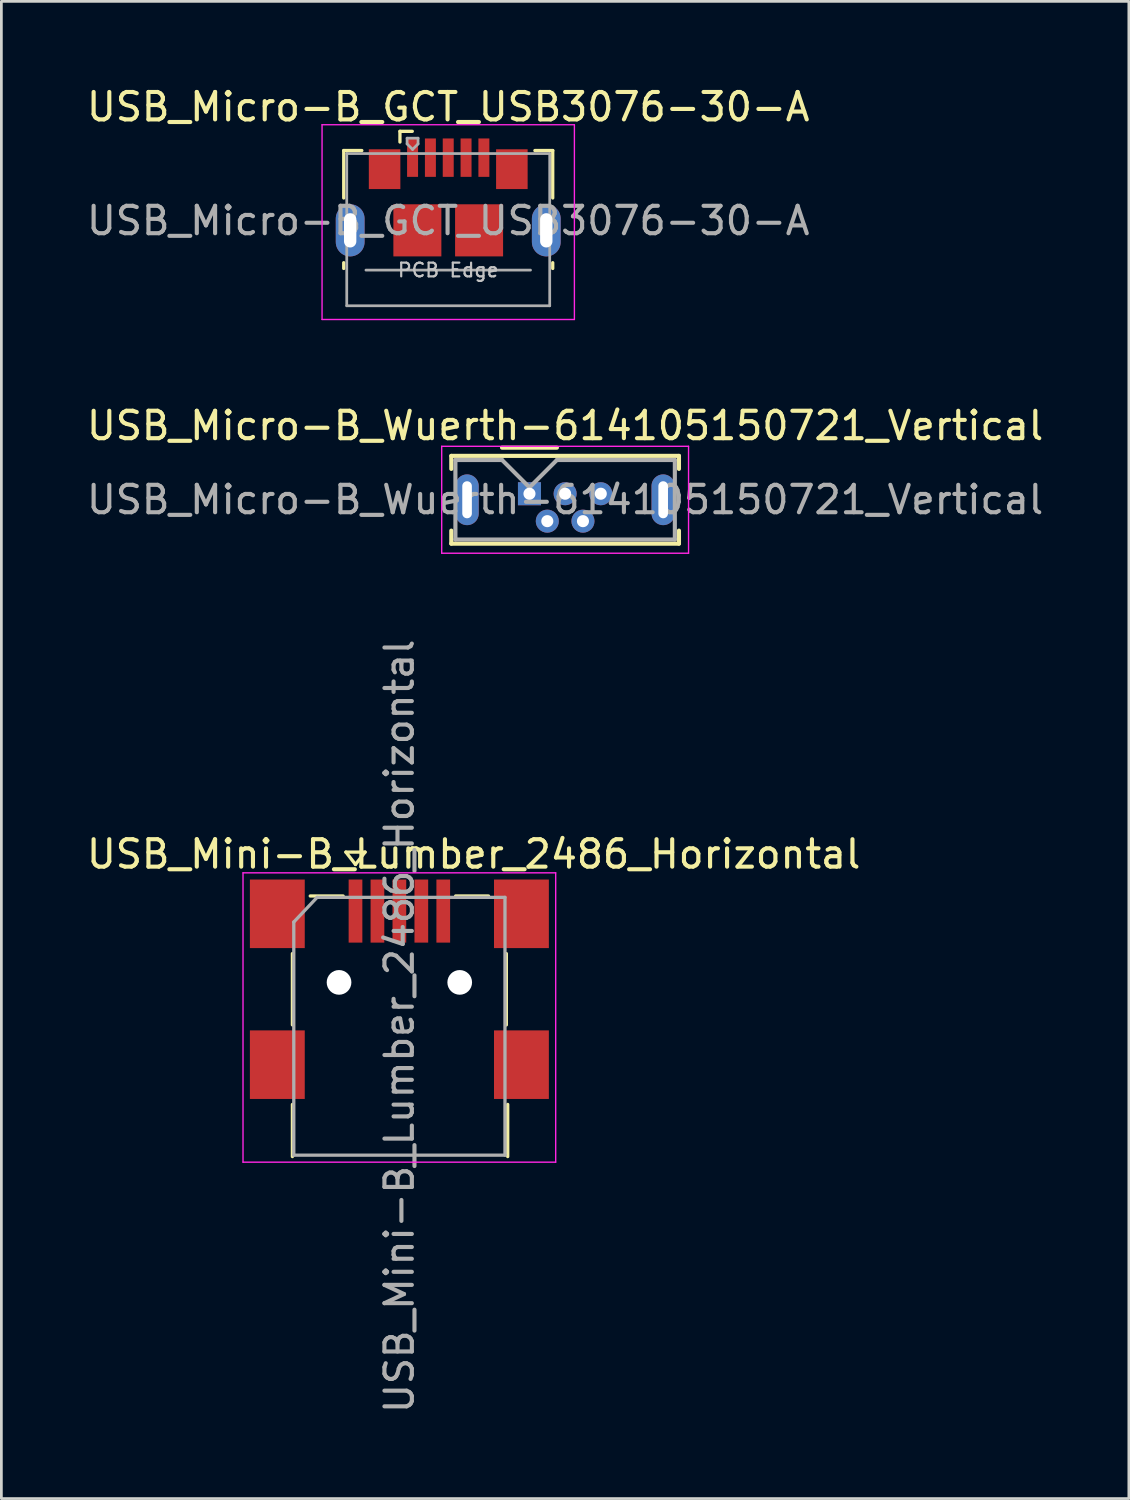
<source format=kicad_pcb>
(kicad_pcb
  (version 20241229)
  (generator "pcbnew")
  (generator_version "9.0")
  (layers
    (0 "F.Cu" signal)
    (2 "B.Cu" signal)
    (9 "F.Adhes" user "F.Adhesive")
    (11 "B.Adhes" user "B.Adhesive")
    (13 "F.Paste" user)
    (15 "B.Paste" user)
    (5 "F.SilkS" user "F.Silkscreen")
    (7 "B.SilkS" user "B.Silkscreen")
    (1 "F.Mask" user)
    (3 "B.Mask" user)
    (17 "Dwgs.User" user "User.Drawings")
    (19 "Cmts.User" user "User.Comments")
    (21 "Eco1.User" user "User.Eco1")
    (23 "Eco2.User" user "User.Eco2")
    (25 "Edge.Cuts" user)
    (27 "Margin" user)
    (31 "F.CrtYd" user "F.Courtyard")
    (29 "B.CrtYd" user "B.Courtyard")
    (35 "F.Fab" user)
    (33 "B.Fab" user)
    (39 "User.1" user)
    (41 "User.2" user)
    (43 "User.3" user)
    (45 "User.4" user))
  (footprint "USB_Micro-B_GCT_USB3076-30-A"
    (layer "F.Cu")
    (at 13.292 5.348)
    (property "Reference" "USB_Micro-B_GCT_USB3076-30-A" (at 0 -4.5 0) (layer "F.SilkS") (effects (font (size 1 1) (thickness 0.15))))
    (attr smd)
    (fp_line (start -3.81 -2.91) (end -3.15 -2.91) (stroke (width 0.12) (type solid)) (layer "F.SilkS"))
    (fp_line (start -3.81 -1.18) (end -3.81 -2.91) (stroke (width 0.12) (type solid)) (layer "F.SilkS"))
    (fp_line (start -3.81 1.39) (end -3.81 1.18) (stroke (width 0.12) (type solid)) (layer "F.SilkS"))
    (fp_line (start -1.76 -3.61) (end -1.76 -3.22) (stroke (width 0.12) (type solid)) (layer "F.SilkS"))
    (fp_line (start -1.76 -3.61) (end -1.31 -3.61) (stroke (width 0.12) (type solid)) (layer "F.SilkS"))
    (fp_line (start 3.81 -2.91) (end 3.16 -2.91) (stroke (width 0.12) (type solid)) (layer "F.SilkS"))
    (fp_line (start 3.81 -1.18) (end 3.81 -2.91) (stroke (width 0.12) (type solid)) (layer "F.SilkS"))
    (fp_line (start 3.81 1.39) (end 3.81 1.18) (stroke (width 0.12) (type solid)) (layer "F.SilkS"))
    (fp_line (start -4.6 -3.85) (end 4.6 -3.85) (stroke (width 0.05) (type solid)) (layer "F.CrtYd"))
    (fp_line (start -4.6 3.25) (end -4.6 -3.85) (stroke (width 0.05) (type solid)) (layer "F.CrtYd"))
    (fp_line (start -4.6 3.25) (end 4.6 3.25) (stroke (width 0.05) (type solid)) (layer "F.CrtYd"))
    (fp_line (start 4.6 -3.85) (end 4.6 3.25) (stroke (width 0.05) (type solid)) (layer "F.CrtYd"))
    (fp_line (start -3.7 -2.8) (end 3.7 -2.8) (stroke (width 0.1) (type solid)) (layer "F.Fab"))
    (fp_line (start -3.7 2.75) (end -3.7 -2.8) (stroke (width 0.1) (type solid)) (layer "F.Fab"))
    (fp_line (start -3.7 2.75) (end 3.7 2.75) (stroke (width 0.1) (type solid)) (layer "F.Fab"))
    (fp_line (start -3 1.45) (end 3 1.45) (stroke (width 0.1) (type solid)) (layer "F.Fab"))
    (fp_line (start -1.5 -3.36) (end -1.5 -3.15) (stroke (width 0.1) (type solid)) (layer "F.Fab"))
    (fp_line (start -1.5 -3.36) (end -1.1 -3.36) (stroke (width 0.1) (type solid)) (layer "F.Fab"))
    (fp_line (start -1.3 -2.95) (end -1.5 -3.15) (stroke (width 0.1) (type solid)) (layer "F.Fab"))
    (fp_line (start -1.1 -3.36) (end -1.1 -3.15) (stroke (width 0.1) (type solid)) (layer "F.Fab"))
    (fp_line (start -1.1 -3.15) (end -1.3 -2.95) (stroke (width 0.1) (type solid)) (layer "F.Fab"))
    (fp_line (start 3.7 2.75) (end 3.7 -2.8) (stroke (width 0.1) (type solid)) (layer "F.Fab"))
    (fp_text user "PCB Edge" (at 0 1.45 0) (layer "Dwgs.User") (effects (font (size 0.5 0.5) (thickness 0.08))))
    (fp_text user "${REFERENCE}" (at 0 -0.35 0) (layer "F.Fab") (effects (font (size 1 1) (thickness 0.15))))
    (pad "1" smd rect (at -1.3 -2.65) (size 0.4 1.4) (layers "F.Cu" "F.Mask" "F.Paste"))
    (pad "2" smd rect (at -0.65 -2.65) (size 0.4 1.4) (layers "F.Cu" "F.Mask" "F.Paste"))
    (pad "3" smd rect (at 0 -2.65) (size 0.4 1.4) (layers "F.Cu" "F.Mask" "F.Paste"))
    (pad "4" smd rect (at 0.65 -2.65) (size 0.4 1.4) (layers "F.Cu" "F.Mask" "F.Paste"))
    (pad "5" smd rect (at 1.3 -2.65) (size 0.4 1.4) (layers "F.Cu" "F.Mask" "F.Paste"))
    (pad "6" thru_hole oval (at -3.575 0 180) (size 1.05 1.9) (drill oval 0.45 1.25) (layers "*.Cu" "*.Mask"))
    (pad "6" smd rect (at -2.32 -2.23) (size 1.15 1.45) (layers "F.Cu" "F.Mask" "F.Paste"))
    (pad "6" smd rect (at -1.125 0) (size 1.75 1.9) (layers "F.Cu" "F.Mask" "F.Paste"))
    (pad "6" smd rect (at 1.125 0) (size 1.75 1.9) (layers "F.Cu" "F.Mask" "F.Paste"))
    (pad "6" smd rect (at 2.32 -2.23) (size 1.15 1.45) (layers "F.Cu" "F.Mask" "F.Paste"))
    (pad "6" thru_hole oval (at 3.575 0) (size 1.05 1.9) (drill oval 0.45 1.25) (layers "*.Cu" "*.Mask")))
  (footprint "USB_Micro-B_Wuerth-614105150721_Vertical"
    (layer "F.Cu")
    (at 16.254 14.951)
    (property "Reference" "USB_Micro-B_Wuerth-614105150721_Vertical" (at 1.3 -2.48 0) (layer "F.SilkS") (effects (font (size 1 1) (thickness 0.15))))
    (attr through_hole)
    (fp_line (start -2.85 -1.38) (end 5.45 -1.38) (stroke (width 0.15) (type solid)) (layer "F.SilkS"))
    (fp_line (start -2.85 -0.905) (end -2.85 -1.38) (stroke (width 0.15) (type solid)) (layer "F.SilkS"))
    (fp_line (start -2.85 1.345) (end -2.85 1.82) (stroke (width 0.15) (type solid)) (layer "F.SilkS"))
    (fp_line (start -2.85 1.82) (end 5.45 1.82) (stroke (width 0.15) (type solid)) (layer "F.SilkS"))
    (fp_line (start -1 -1.68) (end 1 -1.68) (stroke (width 0.15) (type solid)) (layer "F.SilkS"))
    (fp_line (start 5.45 -1.38) (end 5.45 -0.905) (stroke (width 0.15) (type solid)) (layer "F.SilkS"))
    (fp_line (start 5.45 1.82) (end 5.45 1.345) (stroke (width 0.15) (type solid)) (layer "F.SilkS"))
    (fp_line (start -3.2 -1.73) (end -3.2 2.17) (stroke (width 0.05) (type solid)) (layer "F.CrtYd"))
    (fp_line (start -3.2 2.17) (end 5.8 2.17) (stroke (width 0.05) (type solid)) (layer "F.CrtYd"))
    (fp_line (start 5.8 -1.73) (end -3.2 -1.73) (stroke (width 0.05) (type solid)) (layer "F.CrtYd"))
    (fp_line (start 5.8 2.17) (end 5.8 -1.73) (stroke (width 0.05) (type solid)) (layer "F.CrtYd"))
    (fp_line (start -2.7 -1.23) (end -1 -1.23) (stroke (width 0.15) (type solid)) (layer "F.Fab"))
    (fp_line (start -2.7 1.67) (end -2.7 -1.23) (stroke (width 0.15) (type solid)) (layer "F.Fab"))
    (fp_line (start -1 -1.23) (end 0 -0.23) (stroke (width 0.15) (type solid)) (layer "F.Fab"))
    (fp_line (start 0 -0.23) (end 1 -1.23) (stroke (width 0.15) (type solid)) (layer "F.Fab"))
    (fp_line (start 1 -1.23) (end 5.3 -1.23) (stroke (width 0.15) (type solid)) (layer "F.Fab"))
    (fp_line (start 5.3 -1.23) (end 5.3 1.67) (stroke (width 0.15) (type solid)) (layer "F.Fab"))
    (fp_line (start 5.3 1.67) (end -2.7 1.67) (stroke (width 0.15) (type solid)) (layer "F.Fab"))
    (fp_text user "${REFERENCE}" (at 1.3 0.22 0) (layer "F.Fab") (effects (font (size 1 1) (thickness 0.15))))
    (pad "1" thru_hole rect (at 0 0) (size 0.84 0.84) (drill 0.44) (layers "*.Cu" "*.Mask"))
    (pad "2" thru_hole circle (at 0.65 1) (size 0.84 0.84) (drill 0.44) (layers "*.Cu" "*.Mask"))
    (pad "3" thru_hole circle (at 1.3 0) (size 0.84 0.84) (drill 0.44) (layers "*.Cu" "*.Mask"))
    (pad "4" thru_hole circle (at 1.95 1) (size 0.84 0.84) (drill 0.44) (layers "*.Cu" "*.Mask"))
    (pad "5" thru_hole circle (at 2.6 0) (size 0.84 0.84) (drill 0.44) (layers "*.Cu" "*.Mask"))
    (pad "6" thru_hole oval (at -2.275 0.22) (size 0.85 1.85) (drill oval 0.35 1.35) (layers "*.Cu" "*.Mask"))
    (pad "6" thru_hole oval (at 4.875 0.22) (size 0.85 1.85) (drill oval 0.35 1.35) (layers "*.Cu" "*.Mask")))
  (footprint "USB_Mini-B_Lumber_2486_Horizontal"
    (layer "F.Cu")
    (at 11.511 33.017)
    (property "Reference" "USB_Mini-B_Lumber_2486_Horizontal" (at 2.709 -4.925 0) (layer "F.SilkS") (effects (font (size 1 1) (thickness 0.15))))
    (attr smd)
    (fp_line (start -3.9 1.3) (end -3.9 -1.3) (stroke (width 0.12) (type solid)) (layer "F.SilkS"))
    (fp_line (start -3.9 6.1) (end -3.9 4.2) (stroke (width 0.12) (type solid)) (layer "F.SilkS"))
    (fp_line (start -3.25 -3.4) (end -2.05 -3.4) (stroke (width 0.12) (type solid)) (layer "F.SilkS"))
    (fp_line (start -1.95 -5) (end -1.25 -5) (stroke (width 0.12) (type solid)) (layer "F.SilkS"))
    (fp_line (start -1.6 -4.55) (end -1.95 -5) (stroke (width 0.12) (type solid)) (layer "F.SilkS"))
    (fp_line (start -1.25 -5) (end -1.6 -4.55) (stroke (width 0.12) (type solid)) (layer "F.SilkS"))
    (fp_line (start 2.05 -3.4) (end 3.25 -3.4) (stroke (width 0.12) (type solid)) (layer "F.SilkS"))
    (fp_line (start 3.9 1.3) (end 3.9 -1.3) (stroke (width 0.12) (type solid)) (layer "F.SilkS"))
    (fp_line (start 3.95 6.1) (end 3.95 4.2) (stroke (width 0.12) (type solid)) (layer "F.SilkS"))
    (fp_line (start -5.701 6.305) (end -5.701 -4.245) (stroke (width 0.05) (type solid)) (layer "F.CrtYd"))
    (fp_line (start -5.701 6.305) (end 5.699 6.305) (stroke (width 0.05) (type solid)) (layer "F.CrtYd"))
    (fp_line (start 5.699 -4.245) (end -5.701 -4.245) (stroke (width 0.05) (type solid)) (layer "F.CrtYd"))
    (fp_line (start 5.699 -4.245) (end 5.699 6.305) (stroke (width 0.05) (type solid)) (layer "F.CrtYd"))
    (fp_line (start -3.85 -2.45) (end -3.85 6.05) (stroke (width 0.12) (type solid)) (layer "F.Fab"))
    (fp_line (start -3.85 6.05) (end 3.85 6.05) (stroke (width 0.12) (type solid)) (layer "F.Fab"))
    (fp_line (start -3 -3.35) (end -3.85 -2.45) (stroke (width 0.12) (type solid)) (layer "F.Fab"))
    (fp_line (start -3 -3.35) (end 3.85 -3.35) (stroke (width 0.12) (type solid)) (layer "F.Fab"))
    (fp_line (start 3.85 6.05) (end 3.85 -3.35) (stroke (width 0.12) (type solid)) (layer "F.Fab"))
    (fp_text user "${REFERENCE}" (at 0 1.35 90) (layer "F.Fab") (effects (font (size 1 1) (thickness 0.15))))
    (pad "" np_thru_hole circle (at -2.2 -0.25 90) (size 0.9 0.9) (drill 0.9) (layers "*.Cu" "*.Mask"))
    (pad "" np_thru_hole circle (at 2.2 -0.25 90) (size 0.9 0.9) (drill 0.9) (layers "*.Cu" "*.Mask"))
    (pad "1" smd rect (at -1.6 -2.85 90) (size 2.3 0.5) (layers "F.Cu" "F.Mask" "F.Paste"))
    (pad "2" smd rect (at -0.8 -2.85 90) (size 2.3 0.5) (layers "F.Cu" "F.Mask" "F.Paste"))
    (pad "3" smd rect (at 0 -2.85 90) (size 2.3 0.5) (layers "F.Cu" "F.Mask" "F.Paste"))
    (pad "4" smd rect (at 0.8 -2.85 90) (size 2.3 0.5) (layers "F.Cu" "F.Mask" "F.Paste"))
    (pad "5" smd rect (at 1.6 -2.85 90) (size 2.3 0.5) (layers "F.Cu" "F.Mask" "F.Paste"))
    (pad "6" smd rect (at -4.45 -2.75 90) (size 2.5 2) (layers "F.Cu" "F.Mask" "F.Paste"))
    (pad "6" smd rect (at -4.45 2.75 90) (size 2.5 2) (layers "F.Cu" "F.Mask" "F.Paste"))
    (pad "6" smd rect (at 4.45 -2.75 90) (size 2.5 2) (layers "F.Cu" "F.Mask" "F.Paste"))
    (pad "6" smd rect (at 4.45 2.75 90) (size 2.5 2) (layers "F.Cu" "F.Mask" "F.Paste")))
  (gr_rect
    (start -3 -3)
    (end 38.107 51.587)
    (stroke (width 0.1) (type default))
    (fill no)
    (layer "Edge.Cuts")))
</source>
